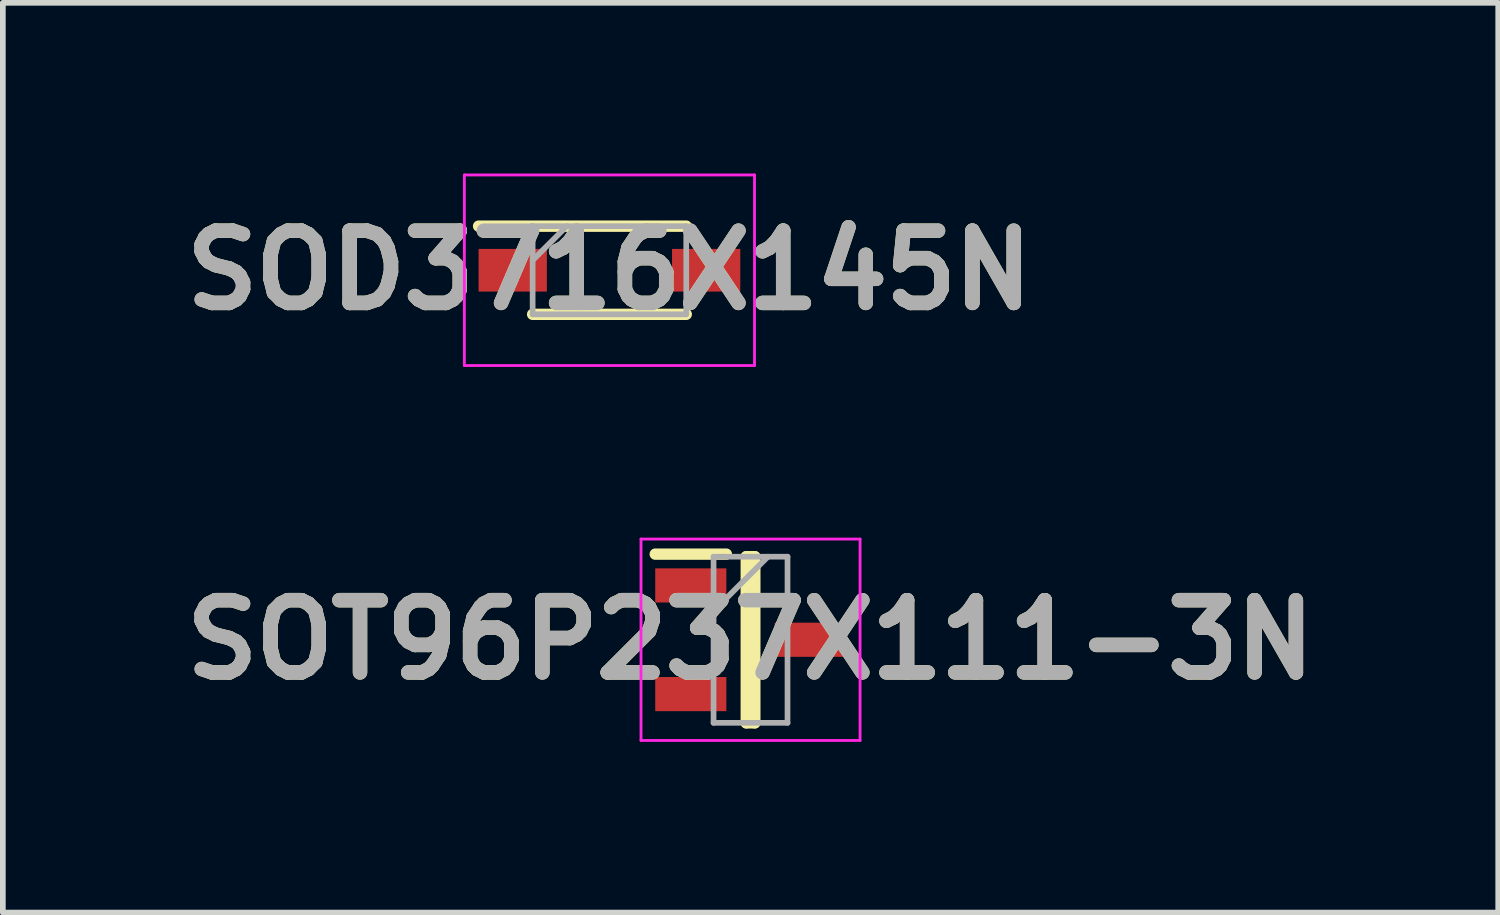
<source format=kicad_pcb>
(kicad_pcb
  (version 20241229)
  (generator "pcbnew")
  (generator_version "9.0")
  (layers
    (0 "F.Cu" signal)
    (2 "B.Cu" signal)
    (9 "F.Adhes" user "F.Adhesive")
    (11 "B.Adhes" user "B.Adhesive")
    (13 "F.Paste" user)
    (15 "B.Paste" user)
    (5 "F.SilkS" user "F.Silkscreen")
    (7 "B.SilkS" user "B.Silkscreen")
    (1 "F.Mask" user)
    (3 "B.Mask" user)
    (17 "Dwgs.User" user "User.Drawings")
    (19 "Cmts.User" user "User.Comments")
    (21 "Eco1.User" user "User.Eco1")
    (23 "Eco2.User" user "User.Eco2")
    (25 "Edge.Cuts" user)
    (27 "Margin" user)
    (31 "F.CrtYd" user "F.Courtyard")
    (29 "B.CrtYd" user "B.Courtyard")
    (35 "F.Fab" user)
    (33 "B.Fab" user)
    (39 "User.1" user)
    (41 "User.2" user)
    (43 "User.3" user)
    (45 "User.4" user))
  (footprint "SOT96P237X111-3N"
    (layer "F.Cu")
    (at 10.142 8.195)
    (property "Reference" "SOT96P237X111-3N" (at 0 0 0) (layer "F.SilkS") (effects (font (size 1.27 1.27) (thickness 0.254))))
    (attr smd)
    (fp_line (start -1.675 -1.505) (end -0.425 -1.505) (stroke (width 0.2) (type solid)) (layer "F.SilkS"))
    (fp_line (start -0.075 -1.46) (end 0.075 -1.46) (stroke (width 0.2) (type solid)) (layer "F.SilkS"))
    (fp_line (start -0.075 1.46) (end -0.075 -1.46) (stroke (width 0.2) (type solid)) (layer "F.SilkS"))
    (fp_line (start 0.075 -1.46) (end 0.075 1.46) (stroke (width 0.2) (type solid)) (layer "F.SilkS"))
    (fp_line (start 0.075 1.46) (end -0.075 1.46) (stroke (width 0.2) (type solid)) (layer "F.SilkS"))
    (fp_line (start -1.925 -1.77) (end 1.925 -1.77) (stroke (width 0.05) (type solid)) (layer "F.CrtYd"))
    (fp_line (start -1.925 1.77) (end -1.925 -1.77) (stroke (width 0.05) (type solid)) (layer "F.CrtYd"))
    (fp_line (start 1.925 -1.77) (end 1.925 1.77) (stroke (width 0.05) (type solid)) (layer "F.CrtYd"))
    (fp_line (start 1.925 1.77) (end -1.925 1.77) (stroke (width 0.05) (type solid)) (layer "F.CrtYd"))
    (fp_line (start -0.65 -1.46) (end 0.65 -1.46) (stroke (width 0.1) (type solid)) (layer "F.Fab"))
    (fp_line (start -0.65 -0.505) (end 0.305 -1.46) (stroke (width 0.1) (type solid)) (layer "F.Fab"))
    (fp_line (start -0.65 1.46) (end -0.65 -1.46) (stroke (width 0.1) (type solid)) (layer "F.Fab"))
    (fp_line (start 0.65 -1.46) (end 0.65 1.46) (stroke (width 0.1) (type solid)) (layer "F.Fab"))
    (fp_line (start 0.65 1.46) (end -0.65 1.46) (stroke (width 0.1) (type solid)) (layer "F.Fab"))
    (fp_text user "${REFERENCE}" (at 0 0 0) (layer "F.Fab") (effects (font (size 1.27 1.27) (thickness 0.254))))
    (pad "1" smd rect (at -1.05 -0.955 90) (size 0.6 1.25) (layers "F.Cu" "F.Mask" "F.Paste"))
    (pad "2" smd rect (at -1.05 0.955 90) (size 0.6 1.25) (layers "F.Cu" "F.Mask" "F.Paste"))
    (pad "3" smd rect (at 1.05 0 90) (size 0.6 1.25) (layers "F.Cu" "F.Mask" "F.Paste")))
  (footprint "SOD3716X145N"
    (layer "F.Cu")
    (at 7.662 1.7)
    (property "Reference" "SOD3716X145N" (at 0 0 0) (layer "F.SilkS") (effects (font (size 1.27 1.27) (thickness 0.254))))
    (attr smd)
    (fp_line (start -2.3 -0.775) (end 1.35 -0.775) (stroke (width 0.2) (type solid)) (layer "F.SilkS"))
    (fp_line (start -1.35 0.775) (end 1.35 0.775) (stroke (width 0.2) (type solid)) (layer "F.SilkS"))
    (fp_line (start -2.55 -1.675) (end 2.55 -1.675) (stroke (width 0.05) (type solid)) (layer "F.CrtYd"))
    (fp_line (start -2.55 1.675) (end -2.55 -1.675) (stroke (width 0.05) (type solid)) (layer "F.CrtYd"))
    (fp_line (start 2.55 -1.675) (end 2.55 1.675) (stroke (width 0.05) (type solid)) (layer "F.CrtYd"))
    (fp_line (start 2.55 1.675) (end -2.55 1.675) (stroke (width 0.05) (type solid)) (layer "F.CrtYd"))
    (fp_line (start -1.35 -0.775) (end 1.35 -0.775) (stroke (width 0.1) (type solid)) (layer "F.Fab"))
    (fp_line (start -1.35 -0.175) (end -0.75 -0.775) (stroke (width 0.1) (type solid)) (layer "F.Fab"))
    (fp_line (start -1.35 0.775) (end -1.35 -0.775) (stroke (width 0.1) (type solid)) (layer "F.Fab"))
    (fp_line (start 1.35 -0.775) (end 1.35 0.775) (stroke (width 0.1) (type solid)) (layer "F.Fab"))
    (fp_line (start 1.35 0.775) (end -1.35 0.775) (stroke (width 0.1) (type solid)) (layer "F.Fab"))
    (fp_text user "${REFERENCE}" (at 0 0 0) (layer "F.Fab") (effects (font (size 1.27 1.27) (thickness 0.254))))
    (pad "1" smd rect (at -1.7 0 90) (size 0.75 1.2) (layers "F.Cu" "F.Mask" "F.Paste"))
    (pad "2" smd rect (at 1.7 0 90) (size 0.75 1.2) (layers "F.Cu" "F.Mask" "F.Paste")))
  (gr_rect
    (start -3 -3)
    (end 23.284 12.99)
    (stroke (width 0.1) (type default))
    (fill no)
    (layer "Edge.Cuts")))
</source>
